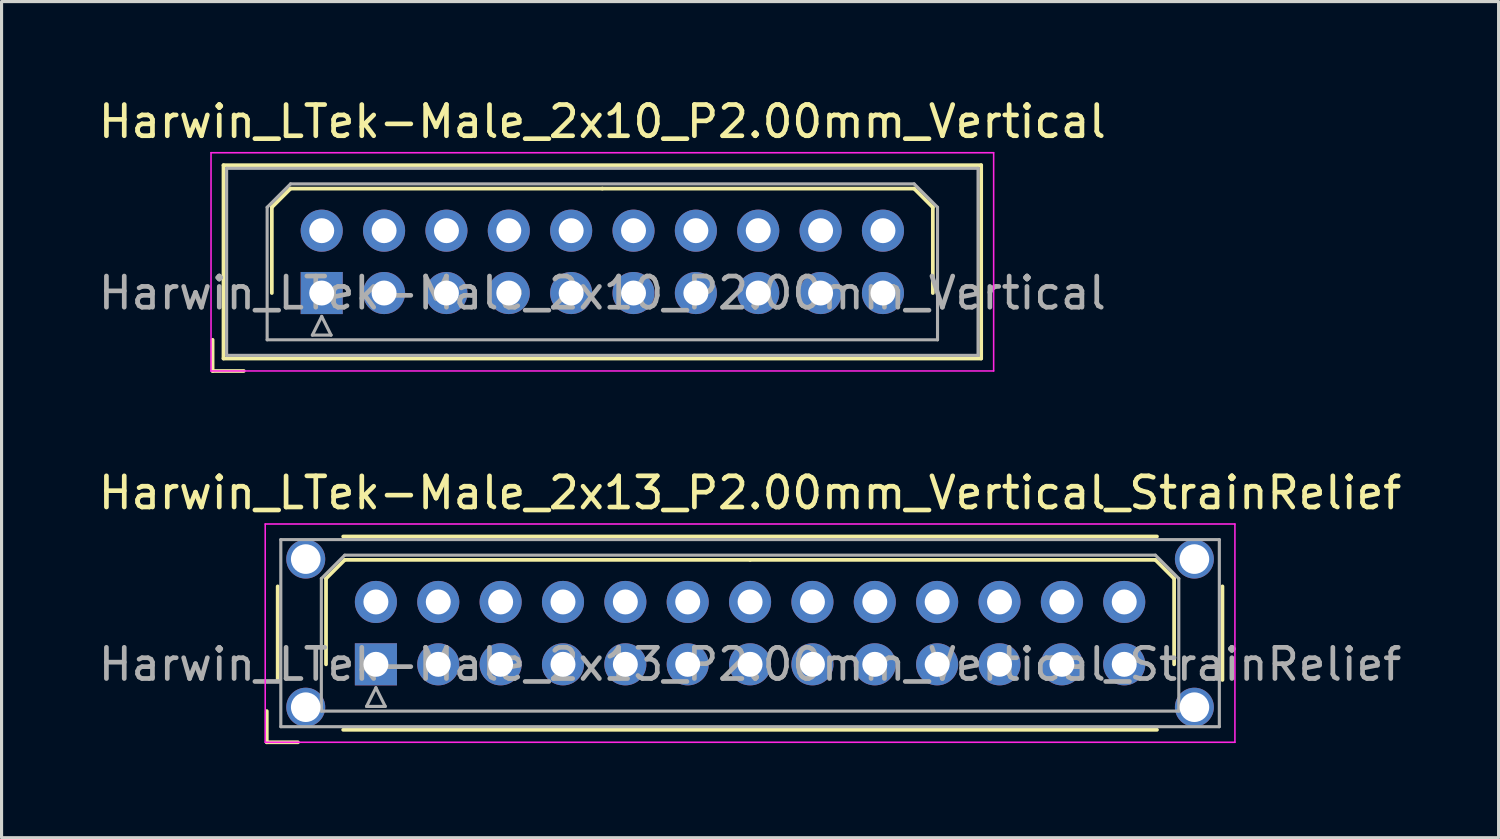
<source format=kicad_pcb>
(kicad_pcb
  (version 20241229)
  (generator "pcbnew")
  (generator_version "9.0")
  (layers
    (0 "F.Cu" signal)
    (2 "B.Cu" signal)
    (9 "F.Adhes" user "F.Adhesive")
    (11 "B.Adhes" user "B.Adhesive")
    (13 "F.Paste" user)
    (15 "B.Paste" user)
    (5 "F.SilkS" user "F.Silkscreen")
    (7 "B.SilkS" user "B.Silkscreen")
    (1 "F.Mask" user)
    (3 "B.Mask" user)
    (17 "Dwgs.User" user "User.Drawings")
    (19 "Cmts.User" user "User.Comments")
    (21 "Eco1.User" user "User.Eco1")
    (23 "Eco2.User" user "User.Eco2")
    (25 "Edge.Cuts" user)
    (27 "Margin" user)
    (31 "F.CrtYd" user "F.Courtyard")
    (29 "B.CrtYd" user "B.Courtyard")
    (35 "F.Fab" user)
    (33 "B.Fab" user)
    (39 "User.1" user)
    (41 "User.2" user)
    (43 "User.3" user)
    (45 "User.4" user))
  (footprint "Harwin_LTek-Male_2x13_P2.00mm_Vertical_StrainRelief"
    (layer "F.Cu")
    (at 9.006 18.256)
    (property "Reference" "Harwin_LTek-Male_2x13_P2.00mm_Vertical_StrainRelief" (at 12 -5.5 0) (layer "F.SilkS") (effects (font (size 1 1) (thickness 0.15))))
    (attr through_hole)
    (fp_line (start -3.5 1.5) (end -3.5 2.5) (stroke (width 0.12) (type solid)) (layer "F.SilkS"))
    (fp_line (start -3.5 2.5) (end -2.5 2.5) (stroke (width 0.12) (type solid)) (layer "F.SilkS"))
    (fp_line (start -3.15 -2.5) (end -3.15 0.5) (stroke (width 0.12) (type solid)) (layer "F.SilkS"))
    (fp_line (start -1.6 -2.75) (end -1 -3.35) (stroke (width 0.12) (type solid)) (layer "F.SilkS"))
    (fp_line (start -1.6 0) (end -1.6 -2.75) (stroke (width 0.12) (type solid)) (layer "F.SilkS"))
    (fp_line (start -1.05 -4.1) (end 25.05 -4.1) (stroke (width 0.12) (type solid)) (layer "F.SilkS"))
    (fp_line (start -1.05 2.1) (end 25.05 2.1) (stroke (width 0.12) (type solid)) (layer "F.SilkS"))
    (fp_line (start -1 -3.35) (end 12 -3.35) (stroke (width 0.12) (type solid)) (layer "F.SilkS"))
    (fp_line (start 25 -3.35) (end 12 -3.35) (stroke (width 0.12) (type solid)) (layer "F.SilkS"))
    (fp_line (start 25.6 -2.75) (end 25 -3.35) (stroke (width 0.12) (type solid)) (layer "F.SilkS"))
    (fp_line (start 25.6 0) (end 25.6 -2.75) (stroke (width 0.12) (type solid)) (layer "F.SilkS"))
    (fp_line (start 27.15 -2.5) (end 27.15 0.5) (stroke (width 0.12) (type solid)) (layer "F.SilkS"))
    (fp_line (start -3.55 -4.5) (end -3.55 2.5) (stroke (width 0.05) (type solid)) (layer "F.CrtYd"))
    (fp_line (start -3.55 2.5) (end 27.55 2.5) (stroke (width 0.05) (type solid)) (layer "F.CrtYd"))
    (fp_line (start 27.55 -4.5) (end -3.55 -4.5) (stroke (width 0.05) (type solid)) (layer "F.CrtYd"))
    (fp_line (start 27.55 2.5) (end 27.55 -4.5) (stroke (width 0.05) (type solid)) (layer "F.CrtYd"))
    (fp_line (start -3.05 -4) (end -3.05 2) (stroke (width 0.1) (type solid)) (layer "F.Fab"))
    (fp_line (start -3.05 2) (end 27.05 2) (stroke (width 0.1) (type solid)) (layer "F.Fab"))
    (fp_line (start -1.75 -2.75) (end -1 -3.5) (stroke (width 0.1) (type solid)) (layer "F.Fab"))
    (fp_line (start -1.75 1.5) (end -1.75 -2.75) (stroke (width 0.1) (type solid)) (layer "F.Fab"))
    (fp_line (start -1 -3.5) (end 25 -3.5) (stroke (width 0.1) (type solid)) (layer "F.Fab"))
    (fp_line (start -0.3 1.35) (end 0.3 1.35) (stroke (width 0.1) (type solid)) (layer "F.Fab"))
    (fp_line (start 0 0.75) (end -0.3 1.35) (stroke (width 0.1) (type solid)) (layer "F.Fab"))
    (fp_line (start 0.3 1.35) (end 0 0.75) (stroke (width 0.1) (type solid)) (layer "F.Fab"))
    (fp_line (start 25 -3.5) (end 25.75 -2.75) (stroke (width 0.1) (type solid)) (layer "F.Fab"))
    (fp_line (start 25.75 -2.75) (end 25.75 1.5) (stroke (width 0.1) (type solid)) (layer "F.Fab"))
    (fp_line (start 25.75 1.5) (end -1.75 1.5) (stroke (width 0.1) (type solid)) (layer "F.Fab"))
    (fp_line (start 27.05 -4) (end -3.05 -4) (stroke (width 0.1) (type solid)) (layer "F.Fab"))
    (fp_line (start 27.05 2) (end 27.05 -4) (stroke (width 0.1) (type solid)) (layer "F.Fab"))
    (fp_text user "${REFERENCE}" (at 12 0 0) (layer "F.Fab") (effects (font (size 1 1) (thickness 0.15))))
    (pad "" thru_hole circle (at -2.25 -3.375) (size 1.25 1.25) (drill 0.95) (layers "*.Cu" "*.Mask"))
    (pad "" thru_hole circle (at -2.25 1.375) (size 1.25 1.25) (drill 0.95) (layers "*.Cu" "*.Mask"))
    (pad "" thru_hole circle (at 26.25 -3.375) (size 1.25 1.25) (drill 0.95) (layers "*.Cu" "*.Mask"))
    (pad "" thru_hole circle (at 26.25 1.375) (size 1.25 1.25) (drill 0.95) (layers "*.Cu" "*.Mask"))
    (pad "1" thru_hole rect (at 0 0) (size 1.35 1.35) (drill 0.8) (layers "*.Cu" "*.Mask"))
    (pad "2" thru_hole circle (at 0 -2) (size 1.35 1.35) (drill 0.8) (layers "*.Cu" "*.Mask"))
    (pad "3" thru_hole circle (at 2 0) (size 1.35 1.35) (drill 0.8) (layers "*.Cu" "*.Mask"))
    (pad "4" thru_hole circle (at 2 -2) (size 1.35 1.35) (drill 0.8) (layers "*.Cu" "*.Mask"))
    (pad "5" thru_hole circle (at 4 0) (size 1.35 1.35) (drill 0.8) (layers "*.Cu" "*.Mask"))
    (pad "6" thru_hole circle (at 4 -2) (size 1.35 1.35) (drill 0.8) (layers "*.Cu" "*.Mask"))
    (pad "7" thru_hole circle (at 6 0) (size 1.35 1.35) (drill 0.8) (layers "*.Cu" "*.Mask"))
    (pad "8" thru_hole circle (at 6 -2) (size 1.35 1.35) (drill 0.8) (layers "*.Cu" "*.Mask"))
    (pad "9" thru_hole circle (at 8 0) (size 1.35 1.35) (drill 0.8) (layers "*.Cu" "*.Mask"))
    (pad "10" thru_hole circle (at 8 -2) (size 1.35 1.35) (drill 0.8) (layers "*.Cu" "*.Mask"))
    (pad "11" thru_hole circle (at 10 0) (size 1.35 1.35) (drill 0.8) (layers "*.Cu" "*.Mask"))
    (pad "12" thru_hole circle (at 10 -2) (size 1.35 1.35) (drill 0.8) (layers "*.Cu" "*.Mask"))
    (pad "13" thru_hole circle (at 12 0) (size 1.35 1.35) (drill 0.8) (layers "*.Cu" "*.Mask"))
    (pad "14" thru_hole circle (at 12 -2) (size 1.35 1.35) (drill 0.8) (layers "*.Cu" "*.Mask"))
    (pad "15" thru_hole circle (at 14 0) (size 1.35 1.35) (drill 0.8) (layers "*.Cu" "*.Mask"))
    (pad "16" thru_hole circle (at 14 -2) (size 1.35 1.35) (drill 0.8) (layers "*.Cu" "*.Mask"))
    (pad "17" thru_hole circle (at 16 0) (size 1.35 1.35) (drill 0.8) (layers "*.Cu" "*.Mask"))
    (pad "18" thru_hole circle (at 16 -2) (size 1.35 1.35) (drill 0.8) (layers "*.Cu" "*.Mask"))
    (pad "19" thru_hole circle (at 18 0) (size 1.35 1.35) (drill 0.8) (layers "*.Cu" "*.Mask"))
    (pad "20" thru_hole circle (at 18 -2) (size 1.35 1.35) (drill 0.8) (layers "*.Cu" "*.Mask"))
    (pad "21" thru_hole circle (at 20 0) (size 1.35 1.35) (drill 0.8) (layers "*.Cu" "*.Mask"))
    (pad "22" thru_hole circle (at 20 -2) (size 1.35 1.35) (drill 0.8) (layers "*.Cu" "*.Mask"))
    (pad "23" thru_hole circle (at 22 0) (size 1.35 1.35) (drill 0.8) (layers "*.Cu" "*.Mask"))
    (pad "24" thru_hole circle (at 22 -2) (size 1.35 1.35) (drill 0.8) (layers "*.Cu" "*.Mask"))
    (pad "25" thru_hole circle (at 24 0) (size 1.35 1.35) (drill 0.8) (layers "*.Cu" "*.Mask"))
    (pad "26" thru_hole circle (at 24 -2) (size 1.35 1.35) (drill 0.8) (layers "*.Cu" "*.Mask")))
  (footprint "Harwin_LTek-Male_2x10_P2.00mm_Vertical"
    (layer "F.Cu")
    (at 7.268 6.348)
    (property "Reference" "Harwin_LTek-Male_2x10_P2.00mm_Vertical" (at 9 -5.5 0) (layer "F.SilkS") (effects (font (size 1 1) (thickness 0.15))))
    (attr through_hole)
    (fp_line (start -3.5 1.5) (end -3.5 2.5) (stroke (width 0.12) (type solid)) (layer "F.SilkS"))
    (fp_line (start -3.5 2.5) (end -2.5 2.5) (stroke (width 0.12) (type solid)) (layer "F.SilkS"))
    (fp_line (start -3.15 -4.1) (end -3.15 2.1) (stroke (width 0.12) (type solid)) (layer "F.SilkS"))
    (fp_line (start -3.15 2.1) (end 21.15 2.1) (stroke (width 0.12) (type solid)) (layer "F.SilkS"))
    (fp_line (start -1.6 -2.75) (end -1 -3.35) (stroke (width 0.12) (type solid)) (layer "F.SilkS"))
    (fp_line (start -1.6 0) (end -1.6 -2.75) (stroke (width 0.12) (type solid)) (layer "F.SilkS"))
    (fp_line (start -1 -3.35) (end 9 -3.35) (stroke (width 0.12) (type solid)) (layer "F.SilkS"))
    (fp_line (start 19 -3.35) (end 9 -3.35) (stroke (width 0.12) (type solid)) (layer "F.SilkS"))
    (fp_line (start 19.6 -2.75) (end 19 -3.35) (stroke (width 0.12) (type solid)) (layer "F.SilkS"))
    (fp_line (start 19.6 0) (end 19.6 -2.75) (stroke (width 0.12) (type solid)) (layer "F.SilkS"))
    (fp_line (start 21.15 -4.1) (end -3.15 -4.1) (stroke (width 0.12) (type solid)) (layer "F.SilkS"))
    (fp_line (start 21.15 2.1) (end 21.15 -4.1) (stroke (width 0.12) (type solid)) (layer "F.SilkS"))
    (fp_line (start -3.55 -4.5) (end -3.55 2.5) (stroke (width 0.05) (type solid)) (layer "F.CrtYd"))
    (fp_line (start -3.55 2.5) (end 21.55 2.5) (stroke (width 0.05) (type solid)) (layer "F.CrtYd"))
    (fp_line (start 21.55 -4.5) (end -3.55 -4.5) (stroke (width 0.05) (type solid)) (layer "F.CrtYd"))
    (fp_line (start 21.55 2.5) (end 21.55 -4.5) (stroke (width 0.05) (type solid)) (layer "F.CrtYd"))
    (fp_line (start -3.05 -4) (end -3.05 2) (stroke (width 0.1) (type solid)) (layer "F.Fab"))
    (fp_line (start -3.05 2) (end 21.05 2) (stroke (width 0.1) (type solid)) (layer "F.Fab"))
    (fp_line (start -1.75 -2.75) (end -1 -3.5) (stroke (width 0.1) (type solid)) (layer "F.Fab"))
    (fp_line (start -1.75 1.5) (end -1.75 -2.75) (stroke (width 0.1) (type solid)) (layer "F.Fab"))
    (fp_line (start -1 -3.5) (end 19 -3.5) (stroke (width 0.1) (type solid)) (layer "F.Fab"))
    (fp_line (start -0.3 1.35) (end 0.3 1.35) (stroke (width 0.1) (type solid)) (layer "F.Fab"))
    (fp_line (start 0 0.75) (end -0.3 1.35) (stroke (width 0.1) (type solid)) (layer "F.Fab"))
    (fp_line (start 0.3 1.35) (end 0 0.75) (stroke (width 0.1) (type solid)) (layer "F.Fab"))
    (fp_line (start 19 -3.5) (end 19.75 -2.75) (stroke (width 0.1) (type solid)) (layer "F.Fab"))
    (fp_line (start 19.75 -2.75) (end 19.75 1.5) (stroke (width 0.1) (type solid)) (layer "F.Fab"))
    (fp_line (start 19.75 1.5) (end -1.75 1.5) (stroke (width 0.1) (type solid)) (layer "F.Fab"))
    (fp_line (start 21.05 -4) (end -3.05 -4) (stroke (width 0.1) (type solid)) (layer "F.Fab"))
    (fp_line (start 21.05 2) (end 21.05 -4) (stroke (width 0.1) (type solid)) (layer "F.Fab"))
    (fp_text user "${REFERENCE}" (at 9 0 0) (layer "F.Fab") (effects (font (size 1 1) (thickness 0.15))))
    (pad "1" thru_hole rect (at 0 0) (size 1.35 1.35) (drill 0.8) (layers "*.Cu" "*.Mask"))
    (pad "2" thru_hole circle (at 0 -2) (size 1.35 1.35) (drill 0.8) (layers "*.Cu" "*.Mask"))
    (pad "3" thru_hole circle (at 2 0) (size 1.35 1.35) (drill 0.8) (layers "*.Cu" "*.Mask"))
    (pad "4" thru_hole circle (at 2 -2) (size 1.35 1.35) (drill 0.8) (layers "*.Cu" "*.Mask"))
    (pad "5" thru_hole circle (at 4 0) (size 1.35 1.35) (drill 0.8) (layers "*.Cu" "*.Mask"))
    (pad "6" thru_hole circle (at 4 -2) (size 1.35 1.35) (drill 0.8) (layers "*.Cu" "*.Mask"))
    (pad "7" thru_hole circle (at 6 0) (size 1.35 1.35) (drill 0.8) (layers "*.Cu" "*.Mask"))
    (pad "8" thru_hole circle (at 6 -2) (size 1.35 1.35) (drill 0.8) (layers "*.Cu" "*.Mask"))
    (pad "9" thru_hole circle (at 8 0) (size 1.35 1.35) (drill 0.8) (layers "*.Cu" "*.Mask"))
    (pad "10" thru_hole circle (at 8 -2) (size 1.35 1.35) (drill 0.8) (layers "*.Cu" "*.Mask"))
    (pad "11" thru_hole circle (at 10 0) (size 1.35 1.35) (drill 0.8) (layers "*.Cu" "*.Mask"))
    (pad "12" thru_hole circle (at 10 -2) (size 1.35 1.35) (drill 0.8) (layers "*.Cu" "*.Mask"))
    (pad "13" thru_hole circle (at 12 0) (size 1.35 1.35) (drill 0.8) (layers "*.Cu" "*.Mask"))
    (pad "14" thru_hole circle (at 12 -2) (size 1.35 1.35) (drill 0.8) (layers "*.Cu" "*.Mask"))
    (pad "15" thru_hole circle (at 14 0) (size 1.35 1.35) (drill 0.8) (layers "*.Cu" "*.Mask"))
    (pad "16" thru_hole circle (at 14 -2) (size 1.35 1.35) (drill 0.8) (layers "*.Cu" "*.Mask"))
    (pad "17" thru_hole circle (at 16 0) (size 1.35 1.35) (drill 0.8) (layers "*.Cu" "*.Mask"))
    (pad "18" thru_hole circle (at 16 -2) (size 1.35 1.35) (drill 0.8) (layers "*.Cu" "*.Mask"))
    (pad "19" thru_hole circle (at 18 0) (size 1.35 1.35) (drill 0.8) (layers "*.Cu" "*.Mask"))
    (pad "20" thru_hole circle (at 18 -2) (size 1.35 1.35) (drill 0.8) (layers "*.Cu" "*.Mask")))
  (gr_rect
    (start -3 -3)
    (end 45.012 23.817)
    (stroke (width 0.1) (type default))
    (fill no)
    (layer "Edge.Cuts")))
</source>
